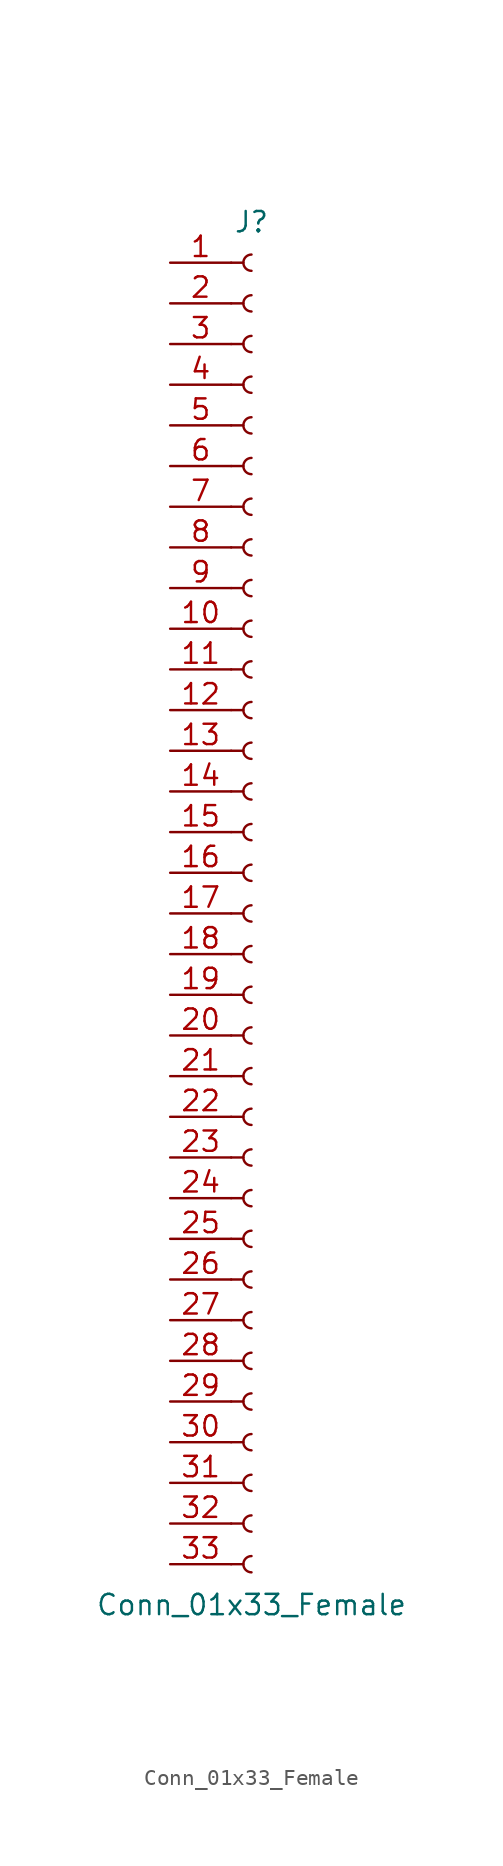
<source format=kicad_sym>
(kicad_symbol_lib
  (version 20211014)
  (generator kicad_symbol_editor)
  (symbol "Conn_01x33_Female"
    (pin_names
      (offset 1.016) hide)
    (property "Reference" "J"
      (at 0 43.18 0)
      (effects (font (size 1.27 1.27))))
    (property "Value" "Conn_01x33_Female"
      (at 0 -43.18 0)
      (effects (font (size 1.27 1.27))))
    (symbol "Conn_01x33_Female_1_1"
      (arc (start 0 -40.132) (mid -0.508 -40.64) (end 0 -41.148) (stroke (width 0.1524) (type default) (color 0 0 0 0)) (fill (type none)))
      (arc (start 0 -37.592) (mid -0.508 -38.1) (end 0 -38.608) (stroke (width 0.1524) (type default) (color 0 0 0 0)) (fill (type none)))
      (arc (start 0 -35.052) (mid -0.508 -35.56) (end 0 -36.068) (stroke (width 0.1524) (type default) (color 0 0 0 0)) (fill (type none)))
      (arc (start 0 -32.512) (mid -0.508 -33.02) (end 0 -33.528) (stroke (width 0.1524) (type default) (color 0 0 0 0)) (fill (type none)))
      (arc (start 0 -29.972) (mid -0.508 -30.48) (end 0 -30.988) (stroke (width 0.1524) (type default) (color 0 0 0 0)) (fill (type none)))
      (arc (start 0 -27.432) (mid -0.508 -27.94) (end 0 -28.448) (stroke (width 0.1524) (type default) (color 0 0 0 0)) (fill (type none)))
      (arc (start 0 -24.892) (mid -0.508 -25.4) (end 0 -25.908) (stroke (width 0.1524) (type default) (color 0 0 0 0)) (fill (type none)))
      (arc (start 0 -22.352) (mid -0.508 -22.86) (end 0 -23.368) (stroke (width 0.1524) (type default) (color 0 0 0 0)) (fill (type none)))
      (arc (start 0 -19.812) (mid -0.508 -20.32) (end 0 -20.828) (stroke (width 0.1524) (type default) (color 0 0 0 0)) (fill (type none)))
      (arc (start 0 -17.272) (mid -0.508 -17.78) (end 0 -18.288) (stroke (width 0.1524) (type default) (color 0 0 0 0)) (fill (type none)))
      (arc (start 0 -14.732) (mid -0.508 -15.24) (end 0 -15.748) (stroke (width 0.1524) (type default) (color 0 0 0 0)) (fill (type none)))
      (arc (start 0 -12.192) (mid -0.508 -12.7) (end 0 -13.208) (stroke (width 0.1524) (type default) (color 0 0 0 0)) (fill (type none)))
      (arc (start 0 -9.652) (mid -0.508 -10.16) (end 0 -10.668) (stroke (width 0.1524) (type default) (color 0 0 0 0)) (fill (type none)))
      (arc (start 0 -7.112) (mid -0.508 -7.62) (end 0 -8.128) (stroke (width 0.1524) (type default) (color 0 0 0 0)) (fill (type none)))
      (arc (start 0 -4.572) (mid -0.508 -5.08) (end 0 -5.588) (stroke (width 0.1524) (type default) (color 0 0 0 0)) (fill (type none)))
      (arc (start 0 -2.032) (mid -0.508 -2.54) (end 0 -3.048) (stroke (width 0.1524) (type default) (color 0 0 0 0)) (fill (type none)))
      (polyline (pts (xy -1.27 -40.64) (xy -0.508 -40.64)) (stroke (width 0.152) (type default) (color 0 0 0 0)) (fill (type none)))
      (polyline (pts (xy -1.27 -38.1) (xy -0.508 -38.1)) (stroke (width 0.152) (type default) (color 0 0 0 0)) (fill (type none)))
      (polyline (pts (xy -1.27 -35.56) (xy -0.508 -35.56)) (stroke (width 0.152) (type default) (color 0 0 0 0)) (fill (type none)))
      (polyline (pts (xy -1.27 -33.02) (xy -0.508 -33.02)) (stroke (width 0.152) (type default) (color 0 0 0 0)) (fill (type none)))
      (polyline (pts (xy -1.27 -30.48) (xy -0.508 -30.48)) (stroke (width 0.152) (type default) (color 0 0 0 0)) (fill (type none)))
      (polyline (pts (xy -1.27 -27.94) (xy -0.508 -27.94)) (stroke (width 0.152) (type default) (color 0 0 0 0)) (fill (type none)))
      (polyline (pts (xy -1.27 -25.4) (xy -0.508 -25.4)) (stroke (width 0.152) (type default) (color 0 0 0 0)) (fill (type none)))
      (polyline (pts (xy -1.27 -22.86) (xy -0.508 -22.86)) (stroke (width 0.152) (type default) (color 0 0 0 0)) (fill (type none)))
      (polyline (pts (xy -1.27 -20.32) (xy -0.508 -20.32)) (stroke (width 0.152) (type default) (color 0 0 0 0)) (fill (type none)))
      (polyline (pts (xy -1.27 -17.78) (xy -0.508 -17.78)) (stroke (width 0.152) (type default) (color 0 0 0 0)) (fill (type none)))
      (polyline (pts (xy -1.27 -15.24) (xy -0.508 -15.24)) (stroke (width 0.152) (type default) (color 0 0 0 0)) (fill (type none)))
      (polyline (pts (xy -1.27 -12.7) (xy -0.508 -12.7)) (stroke (width 0.152) (type default) (color 0 0 0 0)) (fill (type none)))
      (polyline (pts (xy -1.27 -10.16) (xy -0.508 -10.16)) (stroke (width 0.152) (type default) (color 0 0 0 0)) (fill (type none)))
      (polyline (pts (xy -1.27 -7.62) (xy -0.508 -7.62)) (stroke (width 0.152) (type default) (color 0 0 0 0)) (fill (type none)))
      (polyline (pts (xy -1.27 -5.08) (xy -0.508 -5.08)) (stroke (width 0.152) (type default) (color 0 0 0 0)) (fill (type none)))
      (polyline (pts (xy -1.27 -2.54) (xy -0.508 -2.54)) (stroke (width 0.152) (type default) (color 0 0 0 0)) (fill (type none)))
      (polyline (pts (xy -1.27 0) (xy -0.508 0)) (stroke (width 0.152) (type default) (color 0 0 0 0)) (fill (type none)))
      (polyline (pts (xy -1.27 2.54) (xy -0.508 2.54)) (stroke (width 0.152) (type default) (color 0 0 0 0)) (fill (type none)))
      (polyline (pts (xy -1.27 5.08) (xy -0.508 5.08)) (stroke (width 0.152) (type default) (color 0 0 0 0)) (fill (type none)))
      (polyline (pts (xy -1.27 7.62) (xy -0.508 7.62)) (stroke (width 0.152) (type default) (color 0 0 0 0)) (fill (type none)))
      (polyline (pts (xy -1.27 10.16) (xy -0.508 10.16)) (stroke (width 0.152) (type default) (color 0 0 0 0)) (fill (type none)))
      (polyline (pts (xy -1.27 12.7) (xy -0.508 12.7)) (stroke (width 0.152) (type default) (color 0 0 0 0)) (fill (type none)))
      (polyline (pts (xy -1.27 15.24) (xy -0.508 15.24)) (stroke (width 0.152) (type default) (color 0 0 0 0)) (fill (type none)))
      (polyline (pts (xy -1.27 17.78) (xy -0.508 17.78)) (stroke (width 0.152) (type default) (color 0 0 0 0)) (fill (type none)))
      (polyline (pts (xy -1.27 20.32) (xy -0.508 20.32)) (stroke (width 0.152) (type default) (color 0 0 0 0)) (fill (type none)))
      (polyline (pts (xy -1.27 22.86) (xy -0.508 22.86)) (stroke (width 0.152) (type default) (color 0 0 0 0)) (fill (type none)))
      (polyline (pts (xy -1.27 25.4) (xy -0.508 25.4)) (stroke (width 0.152) (type default) (color 0 0 0 0)) (fill (type none)))
      (polyline (pts (xy -1.27 27.94) (xy -0.508 27.94)) (stroke (width 0.152) (type default) (color 0 0 0 0)) (fill (type none)))
      (polyline (pts (xy -1.27 30.48) (xy -0.508 30.48)) (stroke (width 0.152) (type default) (color 0 0 0 0)) (fill (type none)))
      (polyline (pts (xy -1.27 33.02) (xy -0.508 33.02)) (stroke (width 0.152) (type default) (color 0 0 0 0)) (fill (type none)))
      (polyline (pts (xy -1.27 35.56) (xy -0.508 35.56)) (stroke (width 0.152) (type default) (color 0 0 0 0)) (fill (type none)))
      (polyline (pts (xy -1.27 38.1) (xy -0.508 38.1)) (stroke (width 0.152) (type default) (color 0 0 0 0)) (fill (type none)))
      (polyline (pts (xy -1.27 40.64) (xy -0.508 40.64)) (stroke (width 0.152) (type default) (color 0 0 0 0)) (fill (type none)))
      (arc (start 0 0.508) (mid -0.508 0) (end 0 -0.508) (stroke (width 0.1524) (type default) (color 0 0 0 0)) (fill (type none)))
      (arc (start 0 3.048) (mid -0.508 2.54) (end 0 2.032) (stroke (width 0.1524) (type default) (color 0 0 0 0)) (fill (type none)))
      (arc (start 0 5.588) (mid -0.508 5.08) (end 0 4.572) (stroke (width 0.1524) (type default) (color 0 0 0 0)) (fill (type none)))
      (arc (start 0 8.128) (mid -0.508 7.62) (end 0 7.112) (stroke (width 0.1524) (type default) (color 0 0 0 0)) (fill (type none)))
      (arc (start 0 10.668) (mid -0.508 10.16) (end 0 9.652) (stroke (width 0.1524) (type default) (color 0 0 0 0)) (fill (type none)))
      (arc (start 0 13.208) (mid -0.508 12.7) (end 0 12.192) (stroke (width 0.1524) (type default) (color 0 0 0 0)) (fill (type none)))
      (arc (start 0 15.748) (mid -0.508 15.24) (end 0 14.732) (stroke (width 0.1524) (type default) (color 0 0 0 0)) (fill (type none)))
      (arc (start 0 18.288) (mid -0.508 17.78) (end 0 17.272) (stroke (width 0.1524) (type default) (color 0 0 0 0)) (fill (type none)))
      (arc (start 0 20.828) (mid -0.508 20.32) (end 0 19.812) (stroke (width 0.1524) (type default) (color 0 0 0 0)) (fill (type none)))
      (arc (start 0 23.368) (mid -0.508 22.86) (end 0 22.352) (stroke (width 0.1524) (type default) (color 0 0 0 0)) (fill (type none)))
      (arc (start 0 25.908) (mid -0.508 25.4) (end 0 24.892) (stroke (width 0.1524) (type default) (color 0 0 0 0)) (fill (type none)))
      (arc (start 0 28.448) (mid -0.508 27.94) (end 0 27.432) (stroke (width 0.1524) (type default) (color 0 0 0 0)) (fill (type none)))
      (arc (start 0 30.988) (mid -0.508 30.48) (end 0 29.972) (stroke (width 0.1524) (type default) (color 0 0 0 0)) (fill (type none)))
      (arc (start 0 33.528) (mid -0.508 33.02) (end 0 32.512) (stroke (width 0.1524) (type default) (color 0 0 0 0)) (fill (type none)))
      (arc (start 0 36.068) (mid -0.508 35.56) (end 0 35.052) (stroke (width 0.1524) (type default) (color 0 0 0 0)) (fill (type none)))
      (arc (start 0 38.608) (mid -0.508 38.1) (end 0 37.592) (stroke (width 0.1524) (type default) (color 0 0 0 0)) (fill (type none)))
      (arc (start 0 41.148) (mid -0.508 40.64) (end 0 40.132) (stroke (width 0.1524) (type default) (color 0 0 0 0)) (fill (type none)))
      (pin passive line (at -5.08 40.64 0) (length 3.81) (name "Pin_1" (effects (font (size 1.27 1.27)))) (number "1" (effects (font (size 1.27 1.27)))))
      (pin passive line (at -5.08 17.78 0) (length 3.81) (name "Pin_10" (effects (font (size 1.27 1.27)))) (number "10" (effects (font (size 1.27 1.27)))))
      (pin passive line (at -5.08 15.24 0) (length 3.81) (name "Pin_11" (effects (font (size 1.27 1.27)))) (number "11" (effects (font (size 1.27 1.27)))))
      (pin passive line (at -5.08 12.7 0) (length 3.81) (name "Pin_12" (effects (font (size 1.27 1.27)))) (number "12" (effects (font (size 1.27 1.27)))))
      (pin passive line (at -5.08 10.16 0) (length 3.81) (name "Pin_13" (effects (font (size 1.27 1.27)))) (number "13" (effects (font (size 1.27 1.27)))))
      (pin passive line (at -5.08 7.62 0) (length 3.81) (name "Pin_14" (effects (font (size 1.27 1.27)))) (number "14" (effects (font (size 1.27 1.27)))))
      (pin passive line (at -5.08 5.08 0) (length 3.81) (name "Pin_15" (effects (font (size 1.27 1.27)))) (number "15" (effects (font (size 1.27 1.27)))))
      (pin passive line (at -5.08 2.54 0) (length 3.81) (name "Pin_16" (effects (font (size 1.27 1.27)))) (number "16" (effects (font (size 1.27 1.27)))))
      (pin passive line (at -5.08 0 0) (length 3.81) (name "Pin_17" (effects (font (size 1.27 1.27)))) (number "17" (effects (font (size 1.27 1.27)))))
      (pin passive line (at -5.08 -2.54 0) (length 3.81) (name "Pin_18" (effects (font (size 1.27 1.27)))) (number "18" (effects (font (size 1.27 1.27)))))
      (pin passive line (at -5.08 -5.08 0) (length 3.81) (name "Pin_19" (effects (font (size 1.27 1.27)))) (number "19" (effects (font (size 1.27 1.27)))))
      (pin passive line (at -5.08 38.1 0) (length 3.81) (name "Pin_2" (effects (font (size 1.27 1.27)))) (number "2" (effects (font (size 1.27 1.27)))))
      (pin passive line (at -5.08 -7.62 0) (length 3.81) (name "Pin_20" (effects (font (size 1.27 1.27)))) (number "20" (effects (font (size 1.27 1.27)))))
      (pin passive line (at -5.08 -10.16 0) (length 3.81) (name "Pin_21" (effects (font (size 1.27 1.27)))) (number "21" (effects (font (size 1.27 1.27)))))
      (pin passive line (at -5.08 -12.7 0) (length 3.81) (name "Pin_22" (effects (font (size 1.27 1.27)))) (number "22" (effects (font (size 1.27 1.27)))))
      (pin passive line (at -5.08 -15.24 0) (length 3.81) (name "Pin_23" (effects (font (size 1.27 1.27)))) (number "23" (effects (font (size 1.27 1.27)))))
      (pin passive line (at -5.08 -17.78 0) (length 3.81) (name "Pin_24" (effects (font (size 1.27 1.27)))) (number "24" (effects (font (size 1.27 1.27)))))
      (pin passive line (at -5.08 -20.32 0) (length 3.81) (name "Pin_25" (effects (font (size 1.27 1.27)))) (number "25" (effects (font (size 1.27 1.27)))))
      (pin passive line (at -5.08 -22.86 0) (length 3.81) (name "Pin_26" (effects (font (size 1.27 1.27)))) (number "26" (effects (font (size 1.27 1.27)))))
      (pin passive line (at -5.08 -25.4 0) (length 3.81) (name "Pin_27" (effects (font (size 1.27 1.27)))) (number "27" (effects (font (size 1.27 1.27)))))
      (pin passive line (at -5.08 -27.94 0) (length 3.81) (name "Pin_28" (effects (font (size 1.27 1.27)))) (number "28" (effects (font (size 1.27 1.27)))))
      (pin passive line (at -5.08 -30.48 0) (length 3.81) (name "Pin_29" (effects (font (size 1.27 1.27)))) (number "29" (effects (font (size 1.27 1.27)))))
      (pin passive line (at -5.08 35.56 0) (length 3.81) (name "Pin_3" (effects (font (size 1.27 1.27)))) (number "3" (effects (font (size 1.27 1.27)))))
      (pin passive line (at -5.08 -33.02 0) (length 3.81) (name "Pin_30" (effects (font (size 1.27 1.27)))) (number "30" (effects (font (size 1.27 1.27)))))
      (pin passive line (at -5.08 -35.56 0) (length 3.81) (name "Pin_31" (effects (font (size 1.27 1.27)))) (number "31" (effects (font (size 1.27 1.27)))))
      (pin passive line (at -5.08 -38.1 0) (length 3.81) (name "Pin_32" (effects (font (size 1.27 1.27)))) (number "32" (effects (font (size 1.27 1.27)))))
      (pin passive line (at -5.08 -40.64 0) (length 3.81) (name "Pin_33" (effects (font (size 1.27 1.27)))) (number "33" (effects (font (size 1.27 1.27)))))
      (pin passive line (at -5.08 33.02 0) (length 3.81) (name "Pin_4" (effects (font (size 1.27 1.27)))) (number "4" (effects (font (size 1.27 1.27)))))
      (pin passive line (at -5.08 30.48 0) (length 3.81) (name "Pin_5" (effects (font (size 1.27 1.27)))) (number "5" (effects (font (size 1.27 1.27)))))
      (pin passive line (at -5.08 27.94 0) (length 3.81) (name "Pin_6" (effects (font (size 1.27 1.27)))) (number "6" (effects (font (size 1.27 1.27)))))
      (pin passive line (at -5.08 25.4 0) (length 3.81) (name "Pin_7" (effects (font (size 1.27 1.27)))) (number "7" (effects (font (size 1.27 1.27)))))
      (pin passive line (at -5.08 22.86 0) (length 3.81) (name "Pin_8" (effects (font (size 1.27 1.27)))) (number "8" (effects (font (size 1.27 1.27)))))
      (pin passive line (at -5.08 20.32 0) (length 3.81) (name "Pin_9" (effects (font (size 1.27 1.27)))) (number "9" (effects (font (size 1.27 1.27))))))))
</source>
